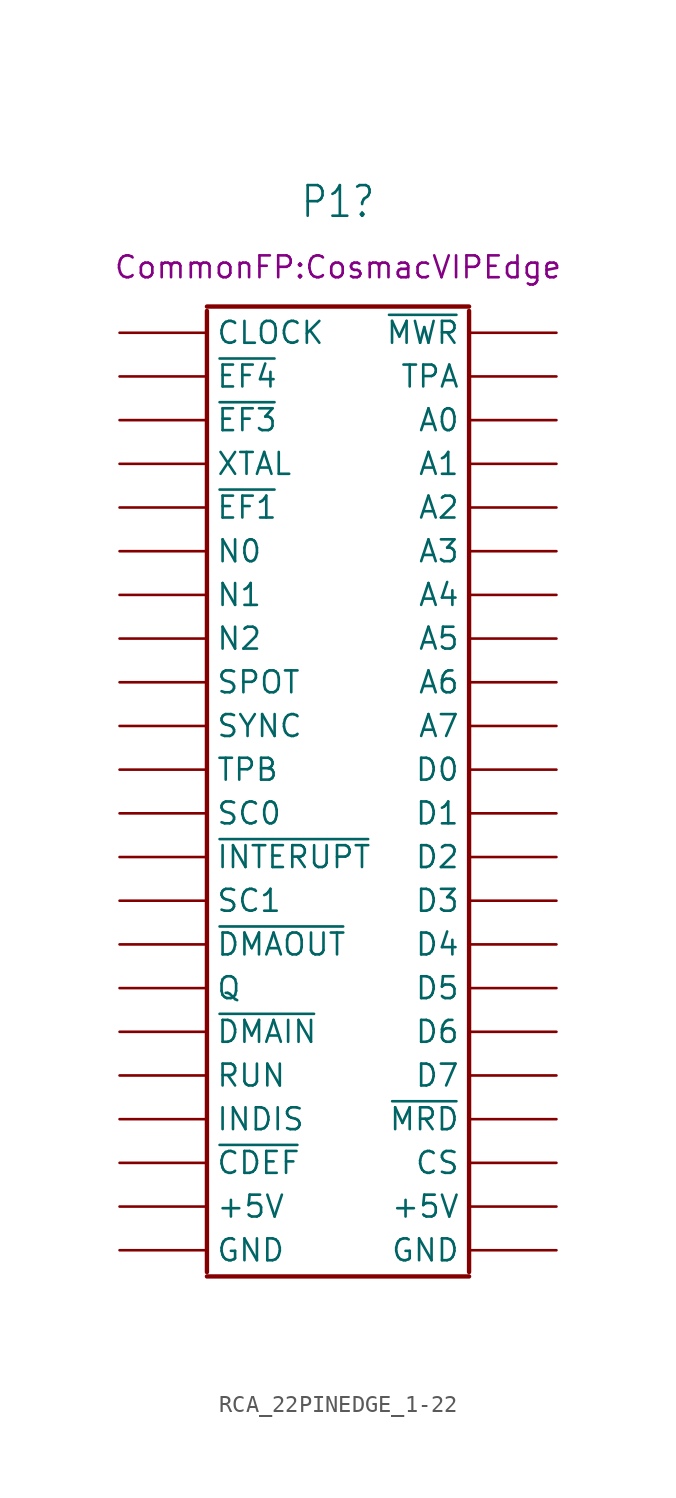
<source format=kicad_sym>
(kicad_symbol_lib
  (version 20231120)
  (generator "kicad_symbol_editor")
  (generator_version "8.0")
  (symbol "RCA_22PINEDGE_1-22"
    (property "Reference" "P1"
      (at 2.54 33.02 0)
      (effects (font (size 1.778 1.511))))
    (property "Footprint" "CommonFP:CosmacVIPEdge"
      (at 2.54 29.21 0)
      (effects (font (size 1.27 1.27))))
    (symbol "RCA_22PINEDGE_1-22_1_0"
      (polyline (pts (xy -5.08 -29.464) (xy 10.16 -29.464)) (stroke (width 0.254) (type solid)) (fill (type none)))
      (polyline (pts (xy -5.08 -29.21) (xy -5.08 26.67)) (stroke (width 0.254) (type solid)) (fill (type none)))
      (polyline (pts (xy -5.08 26.924) (xy 10.16 26.924)) (stroke (width 0.254) (type solid)) (fill (type none)))
      (polyline (pts (xy 10.16 26.67) (xy 10.16 -29.21)) (stroke (width 0.254) (type solid)) (fill (type none)))
      (pin passive line (at -10.16 25.4 0) (length 5.08) (name "CLOCK" (effects (font (size 1.27 1.27)))) (number "1" (effects (font (size 0 0)))))
      (pin passive line (at -10.16 2.54 0) (length 5.08) (name "SYNC" (effects (font (size 1.27 1.27)))) (number "10" (effects (font (size 0 0)))))
      (pin passive line (at -10.16 0 0) (length 5.08) (name "TPB" (effects (font (size 1.27 1.27)))) (number "11" (effects (font (size 0 0)))))
      (pin passive line (at -10.16 -2.54 0) (length 5.08) (name "SC0" (effects (font (size 1.27 1.27)))) (number "12" (effects (font (size 0 0)))))
      (pin passive line (at -10.16 -5.08 0) (length 5.08) (name "~{INTERUPT}" (effects (font (size 1.27 1.27)))) (number "13" (effects (font (size 0 0)))))
      (pin passive line (at -10.16 -7.62 0) (length 5.08) (name "SC1" (effects (font (size 1.27 1.27)))) (number "14" (effects (font (size 0 0)))))
      (pin passive line (at -10.16 -10.16 0) (length 5.08) (name "~{DMAOUT}" (effects (font (size 1.27 1.27)))) (number "15" (effects (font (size 0 0)))))
      (pin passive line (at -10.16 -12.7 0) (length 5.08) (name "Q" (effects (font (size 1.27 1.27)))) (number "16" (effects (font (size 0 0)))))
      (pin passive line (at -10.16 -15.24 0) (length 5.08) (name "~{DMAIN}" (effects (font (size 1.27 1.27)))) (number "17" (effects (font (size 0 0)))))
      (pin passive line (at -10.16 -17.78 0) (length 5.08) (name "RUN" (effects (font (size 1.27 1.27)))) (number "18" (effects (font (size 0 0)))))
      (pin passive line (at -10.16 -20.32 0) (length 5.08) (name "INDIS" (effects (font (size 1.27 1.27)))) (number "19" (effects (font (size 0 0)))))
      (pin passive line (at -10.16 22.86 0) (length 5.08) (name "~{EF4}" (effects (font (size 1.27 1.27)))) (number "2" (effects (font (size 0 0)))))
      (pin passive line (at -10.16 -22.86 0) (length 5.08) (name "~{CDEF}" (effects (font (size 1.27 1.27)))) (number "20" (effects (font (size 0 0)))))
      (pin passive line (at -10.16 -25.4 0) (length 5.08) (name "+5V" (effects (font (size 1.27 1.27)))) (number "21" (effects (font (size 0 0)))))
      (pin passive line (at -10.16 -27.94 0) (length 5.08) (name "GND" (effects (font (size 1.27 1.27)))) (number "22" (effects (font (size 0 0)))))
      (pin passive line (at -10.16 20.32 0) (length 5.08) (name "~{EF3}" (effects (font (size 1.27 1.27)))) (number "3" (effects (font (size 0 0)))))
      (pin passive line (at -10.16 17.78 0) (length 5.08) (name "XTAL" (effects (font (size 1.27 1.27)))) (number "4" (effects (font (size 0 0)))))
      (pin passive line (at -10.16 15.24 0) (length 5.08) (name "~{EF1}" (effects (font (size 1.27 1.27)))) (number "5" (effects (font (size 0 0)))))
      (pin passive line (at -10.16 12.7 0) (length 5.08) (name "N0" (effects (font (size 1.27 1.27)))) (number "6" (effects (font (size 0 0)))))
      (pin passive line (at -10.16 10.16 0) (length 5.08) (name "N1" (effects (font (size 1.27 1.27)))) (number "7" (effects (font (size 0 0)))))
      (pin passive line (at -10.16 7.62 0) (length 5.08) (name "N2" (effects (font (size 1.27 1.27)))) (number "8" (effects (font (size 0 0)))))
      (pin passive line (at -10.16 5.08 0) (length 5.08) (name "SPOT" (effects (font (size 1.27 1.27)))) (number "9" (effects (font (size 0 0)))))
      (pin passive line (at 15.24 25.4 180) (length 5.08) (name "~{MWR}" (effects (font (size 1.27 1.27)))) (number "A" (effects (font (size 0 0)))))
      (pin passive line (at 15.24 22.86 180) (length 5.08) (name "TPA" (effects (font (size 1.27 1.27)))) (number "B" (effects (font (size 0 0)))))
      (pin passive line (at 15.24 20.32 180) (length 5.08) (name "A0" (effects (font (size 1.27 1.27)))) (number "C" (effects (font (size 0 0)))))
      (pin passive line (at 15.24 17.78 180) (length 5.08) (name "A1" (effects (font (size 1.27 1.27)))) (number "D" (effects (font (size 0 0)))))
      (pin passive line (at 15.24 15.24 180) (length 5.08) (name "A2" (effects (font (size 1.27 1.27)))) (number "E" (effects (font (size 0 0)))))
      (pin passive line (at 15.24 12.7 180) (length 5.08) (name "A3" (effects (font (size 1.27 1.27)))) (number "F" (effects (font (size 0 0)))))
      (pin passive line (at 15.24 10.16 180) (length 5.08) (name "A4" (effects (font (size 1.27 1.27)))) (number "H" (effects (font (size 0 0)))))
      (pin passive line (at 15.24 7.62 180) (length 5.08) (name "A5" (effects (font (size 1.27 1.27)))) (number "J" (effects (font (size 0 0)))))
      (pin passive line (at 15.24 5.08 180) (length 5.08) (name "A6" (effects (font (size 1.27 1.27)))) (number "K" (effects (font (size 0 0)))))
      (pin passive line (at 15.24 2.54 180) (length 5.08) (name "A7" (effects (font (size 1.27 1.27)))) (number "L" (effects (font (size 0 0)))))
      (pin passive line (at 15.24 0 180) (length 5.08) (name "D0" (effects (font (size 1.27 1.27)))) (number "M" (effects (font (size 0 0)))))
      (pin passive line (at 15.24 -2.54 180) (length 5.08) (name "D1" (effects (font (size 1.27 1.27)))) (number "N" (effects (font (size 0 0)))))
      (pin passive line (at 15.24 -5.08 180) (length 5.08) (name "D2" (effects (font (size 1.27 1.27)))) (number "P" (effects (font (size 0 0)))))
      (pin passive line (at 15.24 -7.62 180) (length 5.08) (name "D3" (effects (font (size 1.27 1.27)))) (number "R" (effects (font (size 0 0)))))
      (pin passive line (at 15.24 -10.16 180) (length 5.08) (name "D4" (effects (font (size 1.27 1.27)))) (number "S" (effects (font (size 0 0)))))
      (pin passive line (at 15.24 -12.7 180) (length 5.08) (name "D5" (effects (font (size 1.27 1.27)))) (number "T" (effects (font (size 0 0)))))
      (pin passive line (at 15.24 -15.24 180) (length 5.08) (name "D6" (effects (font (size 1.27 1.27)))) (number "U" (effects (font (size 0 0)))))
      (pin passive line (at 15.24 -17.78 180) (length 5.08) (name "D7" (effects (font (size 1.27 1.27)))) (number "V" (effects (font (size 0 0)))))
      (pin passive line (at 15.24 -20.32 180) (length 5.08) (name "~{MRD}" (effects (font (size 1.27 1.27)))) (number "W" (effects (font (size 0 0)))))
      (pin passive line (at 15.24 -22.86 180) (length 5.08) (name "CS" (effects (font (size 1.27 1.27)))) (number "X" (effects (font (size 0 0)))))
      (pin passive line (at 15.24 -25.4 180) (length 5.08) (name "+5V" (effects (font (size 1.27 1.27)))) (number "Y" (effects (font (size 0 0)))))
      (pin passive line (at 15.24 -27.94 180) (length 5.08) (name "GND" (effects (font (size 1.27 1.27)))) (number "Z" (effects (font (size 0 0))))))))
</source>
